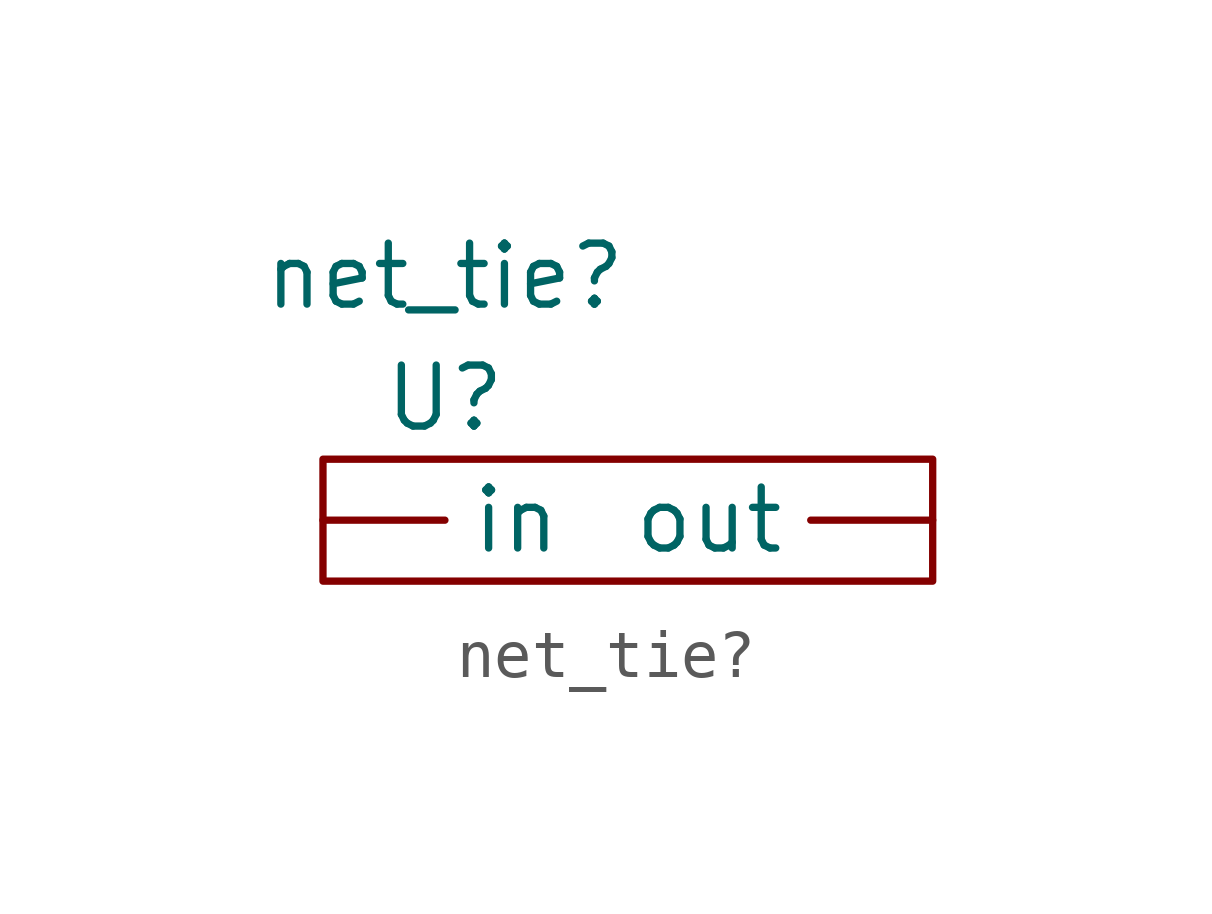
<source format=kicad_sym>
(kicad_symbol_lib
  (version 20211014)
  (generator kicad_symbol_editor)
  (symbol "net_tie?"
    (property "Reference" "U"
      (at 0 0 0)
      (effects (font (size 1.27 1.27))))
    (property "Value" "net_tie?"
      (at 0 2.54 0)
      (effects (font (size 1.27 1.27))))
    (symbol "net_tie?_0_1"
      (polyline (pts (xy -2.54 -2.54) (xy -2.54 -1.27) (xy 10.16 -1.27) (xy 10.16 -3.81) (xy -2.54 -3.81) (xy -2.54 -2.54)) (stroke (width 0) (type default) (color 0 0 0 0)) (fill (type none))))
    (symbol "net_tie?_1_1"
      (pin input line (at -2.54 -2.54 0) (length 2.54) (name "in" (effects (font (size 1.27 1.27)))) (number "" (effects (font (size 1.27 1.27)))))
      (pin input line (at 10.16 -2.54 180) (length 2.54) (name "out" (effects (font (size 1.27 1.27)))) (number "" (effects (font (size 1.27 1.27))))))))
</source>
